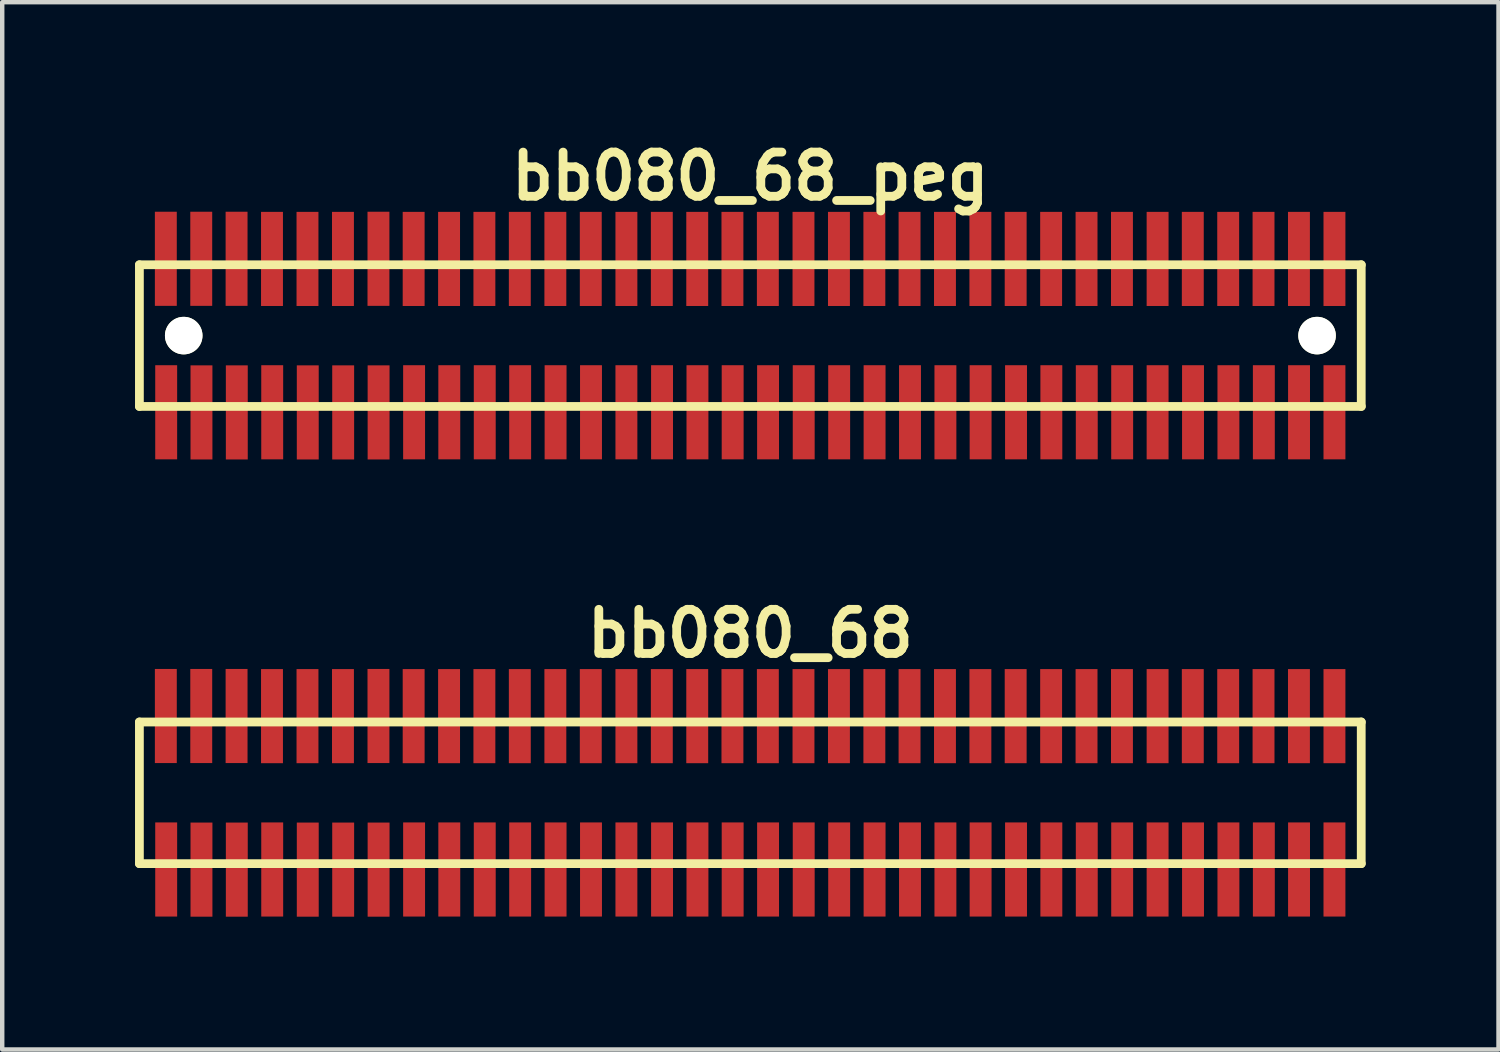
<source format=kicad_pcb>
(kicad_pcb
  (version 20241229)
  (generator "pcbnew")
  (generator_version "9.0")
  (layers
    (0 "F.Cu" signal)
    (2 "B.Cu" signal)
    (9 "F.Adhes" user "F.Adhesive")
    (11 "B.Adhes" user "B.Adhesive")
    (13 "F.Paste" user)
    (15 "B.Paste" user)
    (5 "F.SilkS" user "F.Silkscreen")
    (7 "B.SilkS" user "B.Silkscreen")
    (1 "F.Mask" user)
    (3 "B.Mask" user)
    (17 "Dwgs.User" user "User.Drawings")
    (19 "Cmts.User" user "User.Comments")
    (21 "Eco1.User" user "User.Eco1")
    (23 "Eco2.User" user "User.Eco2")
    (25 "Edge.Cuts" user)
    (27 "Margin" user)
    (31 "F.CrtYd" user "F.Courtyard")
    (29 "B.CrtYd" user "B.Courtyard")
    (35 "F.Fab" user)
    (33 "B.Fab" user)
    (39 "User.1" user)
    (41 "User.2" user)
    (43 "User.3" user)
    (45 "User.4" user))
  (footprint "bb080_68_peg"
    (layer "F.Cu")
    (at 13.899 4.531)
    (property "Reference" "bb080_68_peg" (at 0 -3.599 0) (layer "F.SilkS") (effects (font (size 0.998 0.998) (thickness 0.198))))
    (attr through_hole)
    (fp_line (start -13.8 -1.6) (end -13.8 1.6) (stroke (width 0.198) (type solid)) (layer "F.SilkS"))
    (fp_line (start -13.8 1.6) (end 13.802 1.6) (stroke (width 0.198) (type solid)) (layer "F.SilkS"))
    (fp_line (start 13.8 1.6) (end 13.8 -1.6) (stroke (width 0.198) (type solid)) (layer "F.SilkS"))
    (fp_line (start 13.802 -1.6) (end -13.8 -1.6) (stroke (width 0.198) (type solid)) (layer "F.SilkS"))
    (pad "" np_thru_hole circle (at -12.799 0) (size 0.848 0.848) (drill 0.848) (layers "*.Cu" "*.Mask" "F.SilkS"))
    (pad "" np_thru_hole circle (at 12.802 0) (size 0.848 0.848) (drill 0.848) (layers "*.Cu" "*.Mask" "F.SilkS"))
    (pad "1" smd rect (at -13.195 1.732) (size 0.495 2.126) (layers "F.Cu" "F.Mask" "F.Paste"))
    (pad "2" smd rect (at -13.203 -1.735) (size 0.495 2.126) (layers "F.Cu" "F.Mask" "F.Paste"))
    (pad "3" smd rect (at -12.398 1.735) (size 0.495 2.126) (layers "F.Cu" "F.Mask" "F.Paste"))
    (pad "4" smd rect (at -12.403 -1.735) (size 0.495 2.126) (layers "F.Cu" "F.Mask" "F.Paste"))
    (pad "5" smd rect (at -11.6 1.735) (size 0.495 2.126) (layers "F.Cu" "F.Mask" "F.Paste"))
    (pad "6" smd rect (at -11.605 -1.735) (size 0.495 2.126) (layers "F.Cu" "F.Mask" "F.Paste"))
    (pad "7" smd rect (at -10.8 1.732) (size 0.495 2.126) (layers "F.Cu" "F.Mask" "F.Paste"))
    (pad "8" smd rect (at -10.805 -1.732) (size 0.495 2.126) (layers "F.Cu" "F.Mask" "F.Paste"))
    (pad "9" smd rect (at -9.997 1.735) (size 0.495 2.126) (layers "F.Cu" "F.Mask" "F.Paste"))
    (pad "10" smd rect (at -10.003 -1.732) (size 0.495 2.126) (layers "F.Cu" "F.Mask" "F.Paste"))
    (pad "11" smd rect (at -9.197 1.735) (size 0.495 2.126) (layers "F.Cu" "F.Mask" "F.Paste"))
    (pad "12" smd rect (at -9.202 -1.732) (size 0.495 2.126) (layers "F.Cu" "F.Mask" "F.Paste"))
    (pad "13" smd rect (at -8.397 1.735) (size 0.495 2.126) (layers "F.Cu" "F.Mask" "F.Paste"))
    (pad "14" smd rect (at -8.4 -1.735) (size 0.495 2.126) (layers "F.Cu" "F.Mask" "F.Paste"))
    (pad "15" smd rect (at -7.595 1.732) (size 0.495 2.126) (layers "F.Cu" "F.Mask" "F.Paste"))
    (pad "16" smd rect (at -7.605 -1.732) (size 0.495 2.126) (layers "F.Cu" "F.Mask" "F.Paste"))
    (pad "17" smd rect (at -6.8 1.732) (size 0.495 2.126) (layers "F.Cu" "F.Mask" "F.Paste"))
    (pad "18" smd rect (at -6.805 -1.732) (size 0.495 2.126) (layers "F.Cu" "F.Mask" "F.Paste"))
    (pad "19" smd rect (at -5.999 1.732) (size 0.495 2.126) (layers "F.Cu" "F.Mask" "F.Paste"))
    (pad "20" smd rect (at -6.007 -1.732) (size 0.495 2.126) (layers "F.Cu" "F.Mask" "F.Paste"))
    (pad "21" smd rect (at -5.199 1.732) (size 0.495 2.126) (layers "F.Cu" "F.Mask" "F.Paste"))
    (pad "22" smd rect (at -5.207 -1.732) (size 0.495 2.126) (layers "F.Cu" "F.Mask" "F.Paste"))
    (pad "23" smd rect (at -4.399 1.732) (size 0.495 2.126) (layers "F.Cu" "F.Mask" "F.Paste"))
    (pad "24" smd rect (at -4.404 -1.732) (size 0.495 2.126) (layers "F.Cu" "F.Mask" "F.Paste"))
    (pad "25" smd rect (at -3.599 1.732) (size 0.495 2.126) (layers "F.Cu" "F.Mask" "F.Paste"))
    (pad "26" smd rect (at -3.604 -1.732) (size 0.495 2.126) (layers "F.Cu" "F.Mask" "F.Paste"))
    (pad "27" smd rect (at -2.799 1.732) (size 0.495 2.126) (layers "F.Cu" "F.Mask" "F.Paste"))
    (pad "28" smd rect (at -2.799 -1.732) (size 0.495 2.126) (layers "F.Cu" "F.Mask" "F.Paste"))
    (pad "29" smd rect (at -1.994 1.732) (size 0.495 2.126) (layers "F.Cu" "F.Mask" "F.Paste"))
    (pad "30" smd rect (at -1.999 -1.732) (size 0.495 2.126) (layers "F.Cu" "F.Mask" "F.Paste"))
    (pad "31" smd rect (at -1.194 1.732) (size 0.495 2.126) (layers "F.Cu" "F.Mask" "F.Paste"))
    (pad "32" smd rect (at -1.199 -1.732) (size 0.495 2.126) (layers "F.Cu" "F.Mask" "F.Paste"))
    (pad "33" smd rect (at -0.399 1.732) (size 0.495 2.126) (layers "F.Cu" "F.Mask" "F.Paste"))
    (pad "34" smd rect (at -0.404 -1.732) (size 0.495 2.126) (layers "F.Cu" "F.Mask" "F.Paste"))
    (pad "35" smd rect (at 0.401 1.732) (size 0.495 2.126) (layers "F.Cu" "F.Mask" "F.Paste"))
    (pad "36" smd rect (at 0.396 -1.732) (size 0.495 2.126) (layers "F.Cu" "F.Mask" "F.Paste"))
    (pad "37" smd rect (at 1.206 1.732) (size 0.495 2.126) (layers "F.Cu" "F.Mask" "F.Paste"))
    (pad "38" smd rect (at 1.201 -1.732) (size 0.495 2.126) (layers "F.Cu" "F.Mask" "F.Paste"))
    (pad "39" smd rect (at 2.007 1.732) (size 0.495 2.126) (layers "F.Cu" "F.Mask" "F.Paste"))
    (pad "40" smd rect (at 2.002 -1.732) (size 0.495 2.126) (layers "F.Cu" "F.Mask" "F.Paste"))
    (pad "41" smd rect (at 2.807 1.732) (size 0.495 2.126) (layers "F.Cu" "F.Mask" "F.Paste"))
    (pad "42" smd rect (at 2.802 -1.732) (size 0.495 2.126) (layers "F.Cu" "F.Mask" "F.Paste"))
    (pad "43" smd rect (at 3.607 1.732) (size 0.495 2.126) (layers "F.Cu" "F.Mask" "F.Paste"))
    (pad "44" smd rect (at 3.597 -1.732) (size 0.495 2.126) (layers "F.Cu" "F.Mask" "F.Paste"))
    (pad "45" smd rect (at 4.407 1.732) (size 0.495 2.126) (layers "F.Cu" "F.Mask" "F.Paste"))
    (pad "46" smd rect (at 4.397 -1.732) (size 0.495 2.126) (layers "F.Cu" "F.Mask" "F.Paste"))
    (pad "47" smd rect (at 5.202 1.732) (size 0.495 2.126) (layers "F.Cu" "F.Mask" "F.Paste"))
    (pad "48" smd rect (at 5.197 -1.732) (size 0.495 2.126) (layers "F.Cu" "F.Mask" "F.Paste"))
    (pad "49" smd rect (at 6.002 1.732) (size 0.495 2.126) (layers "F.Cu" "F.Mask" "F.Paste"))
    (pad "50" smd rect (at 5.994 -1.732) (size 0.495 2.126) (layers "F.Cu" "F.Mask" "F.Paste"))
    (pad "51" smd rect (at 6.8 1.732) (size 0.495 2.126) (layers "F.Cu" "F.Mask" "F.Paste"))
    (pad "52" smd rect (at 6.795 -1.732) (size 0.495 2.126) (layers "F.Cu" "F.Mask" "F.Paste"))
    (pad "53" smd rect (at 7.6 1.732) (size 0.495 2.126) (layers "F.Cu" "F.Mask" "F.Paste"))
    (pad "54" smd rect (at 7.595 -1.732) (size 0.495 2.126) (layers "F.Cu" "F.Mask" "F.Paste"))
    (pad "55" smd rect (at 8.4 1.732) (size 0.495 2.126) (layers "F.Cu" "F.Mask" "F.Paste"))
    (pad "56" smd rect (at 8.395 -1.732) (size 0.495 2.126) (layers "F.Cu" "F.Mask" "F.Paste"))
    (pad "57" smd rect (at 9.2 1.732) (size 0.495 2.126) (layers "F.Cu" "F.Mask" "F.Paste"))
    (pad "58" smd rect (at 9.2 -1.732) (size 0.495 2.126) (layers "F.Cu" "F.Mask" "F.Paste"))
    (pad "59" smd rect (at 10 1.732) (size 0.495 2.126) (layers "F.Cu" "F.Mask" "F.Paste"))
    (pad "60" smd rect (at 9.995 -1.732) (size 0.495 2.126) (layers "F.Cu" "F.Mask" "F.Paste"))
    (pad "61" smd rect (at 10.8 1.732) (size 0.495 2.126) (layers "F.Cu" "F.Mask" "F.Paste"))
    (pad "62" smd rect (at 10.795 -1.732) (size 0.495 2.126) (layers "F.Cu" "F.Mask" "F.Paste"))
    (pad "63" smd rect (at 11.6 1.732) (size 0.495 2.126) (layers "F.Cu" "F.Mask" "F.Paste"))
    (pad "64" smd rect (at 11.593 -1.732) (size 0.495 2.126) (layers "F.Cu" "F.Mask" "F.Paste"))
    (pad "65" smd rect (at 12.395 1.732) (size 0.495 2.126) (layers "F.Cu" "F.Mask" "F.Paste"))
    (pad "66" smd rect (at 12.393 -1.732) (size 0.495 2.126) (layers "F.Cu" "F.Mask" "F.Paste"))
    (pad "67" smd rect (at 13.195 1.732) (size 0.495 2.126) (layers "F.Cu" "F.Mask" "F.Paste"))
    (pad "68" smd rect (at 13.195 -1.732) (size 0.495 2.126) (layers "F.Cu" "F.Mask" "F.Paste")))
  (footprint "bb080_68"
    (layer "F.Cu")
    (at 13.899 14.859)
    (property "Reference" "bb080_68" (at 0 -3.599 0) (layer "F.SilkS") (effects (font (size 0.998 0.998) (thickness 0.198))))
    (attr through_hole)
    (fp_line (start -13.8 -1.6) (end -13.8 1.6) (stroke (width 0.198) (type solid)) (layer "F.SilkS"))
    (fp_line (start -13.8 1.6) (end 13.802 1.6) (stroke (width 0.198) (type solid)) (layer "F.SilkS"))
    (fp_line (start 13.8 1.6) (end 13.8 -1.6) (stroke (width 0.198) (type solid)) (layer "F.SilkS"))
    (fp_line (start 13.802 -1.6) (end -13.8 -1.6) (stroke (width 0.198) (type solid)) (layer "F.SilkS"))
    (pad "1" smd rect (at -13.195 1.732) (size 0.495 2.126) (layers "F.Cu" "F.Mask" "F.Paste"))
    (pad "2" smd rect (at -13.203 -1.735) (size 0.495 2.126) (layers "F.Cu" "F.Mask" "F.Paste"))
    (pad "3" smd rect (at -12.398 1.735) (size 0.495 2.126) (layers "F.Cu" "F.Mask" "F.Paste"))
    (pad "4" smd rect (at -12.403 -1.735) (size 0.495 2.126) (layers "F.Cu" "F.Mask" "F.Paste"))
    (pad "5" smd rect (at -11.6 1.735) (size 0.495 2.126) (layers "F.Cu" "F.Mask" "F.Paste"))
    (pad "6" smd rect (at -11.605 -1.735) (size 0.495 2.126) (layers "F.Cu" "F.Mask" "F.Paste"))
    (pad "7" smd rect (at -10.8 1.732) (size 0.495 2.126) (layers "F.Cu" "F.Mask" "F.Paste"))
    (pad "8" smd rect (at -10.805 -1.732) (size 0.495 2.126) (layers "F.Cu" "F.Mask" "F.Paste"))
    (pad "9" smd rect (at -9.997 1.735) (size 0.495 2.126) (layers "F.Cu" "F.Mask" "F.Paste"))
    (pad "10" smd rect (at -10.003 -1.732) (size 0.495 2.126) (layers "F.Cu" "F.Mask" "F.Paste"))
    (pad "11" smd rect (at -9.197 1.735) (size 0.495 2.126) (layers "F.Cu" "F.Mask" "F.Paste"))
    (pad "12" smd rect (at -9.202 -1.732) (size 0.495 2.126) (layers "F.Cu" "F.Mask" "F.Paste"))
    (pad "13" smd rect (at -8.397 1.735) (size 0.495 2.126) (layers "F.Cu" "F.Mask" "F.Paste"))
    (pad "14" smd rect (at -8.4 -1.735) (size 0.495 2.126) (layers "F.Cu" "F.Mask" "F.Paste"))
    (pad "15" smd rect (at -7.595 1.732) (size 0.495 2.126) (layers "F.Cu" "F.Mask" "F.Paste"))
    (pad "16" smd rect (at -7.605 -1.732) (size 0.495 2.126) (layers "F.Cu" "F.Mask" "F.Paste"))
    (pad "17" smd rect (at -6.8 1.732) (size 0.495 2.126) (layers "F.Cu" "F.Mask" "F.Paste"))
    (pad "18" smd rect (at -6.805 -1.732) (size 0.495 2.126) (layers "F.Cu" "F.Mask" "F.Paste"))
    (pad "19" smd rect (at -5.999 1.732) (size 0.495 2.126) (layers "F.Cu" "F.Mask" "F.Paste"))
    (pad "20" smd rect (at -6.007 -1.732) (size 0.495 2.126) (layers "F.Cu" "F.Mask" "F.Paste"))
    (pad "21" smd rect (at -5.199 1.732) (size 0.495 2.126) (layers "F.Cu" "F.Mask" "F.Paste"))
    (pad "22" smd rect (at -5.207 -1.732) (size 0.495 2.126) (layers "F.Cu" "F.Mask" "F.Paste"))
    (pad "23" smd rect (at -4.399 1.732) (size 0.495 2.126) (layers "F.Cu" "F.Mask" "F.Paste"))
    (pad "24" smd rect (at -4.404 -1.732) (size 0.495 2.126) (layers "F.Cu" "F.Mask" "F.Paste"))
    (pad "25" smd rect (at -3.599 1.732) (size 0.495 2.126) (layers "F.Cu" "F.Mask" "F.Paste"))
    (pad "26" smd rect (at -3.604 -1.732) (size 0.495 2.126) (layers "F.Cu" "F.Mask" "F.Paste"))
    (pad "27" smd rect (at -2.799 1.732) (size 0.495 2.126) (layers "F.Cu" "F.Mask" "F.Paste"))
    (pad "28" smd rect (at -2.799 -1.732) (size 0.495 2.126) (layers "F.Cu" "F.Mask" "F.Paste"))
    (pad "29" smd rect (at -1.994 1.732) (size 0.495 2.126) (layers "F.Cu" "F.Mask" "F.Paste"))
    (pad "30" smd rect (at -1.999 -1.732) (size 0.495 2.126) (layers "F.Cu" "F.Mask" "F.Paste"))
    (pad "31" smd rect (at -1.194 1.732) (size 0.495 2.126) (layers "F.Cu" "F.Mask" "F.Paste"))
    (pad "32" smd rect (at -1.199 -1.732) (size 0.495 2.126) (layers "F.Cu" "F.Mask" "F.Paste"))
    (pad "33" smd rect (at -0.399 1.732) (size 0.495 2.126) (layers "F.Cu" "F.Mask" "F.Paste"))
    (pad "34" smd rect (at -0.404 -1.732) (size 0.495 2.126) (layers "F.Cu" "F.Mask" "F.Paste"))
    (pad "35" smd rect (at 0.401 1.732) (size 0.495 2.126) (layers "F.Cu" "F.Mask" "F.Paste"))
    (pad "36" smd rect (at 0.396 -1.732) (size 0.495 2.126) (layers "F.Cu" "F.Mask" "F.Paste"))
    (pad "37" smd rect (at 1.206 1.732) (size 0.495 2.126) (layers "F.Cu" "F.Mask" "F.Paste"))
    (pad "38" smd rect (at 1.201 -1.732) (size 0.495 2.126) (layers "F.Cu" "F.Mask" "F.Paste"))
    (pad "39" smd rect (at 2.007 1.732) (size 0.495 2.126) (layers "F.Cu" "F.Mask" "F.Paste"))
    (pad "40" smd rect (at 2.002 -1.732) (size 0.495 2.126) (layers "F.Cu" "F.Mask" "F.Paste"))
    (pad "41" smd rect (at 2.807 1.732) (size 0.495 2.126) (layers "F.Cu" "F.Mask" "F.Paste"))
    (pad "42" smd rect (at 2.802 -1.732) (size 0.495 2.126) (layers "F.Cu" "F.Mask" "F.Paste"))
    (pad "43" smd rect (at 3.607 1.732) (size 0.495 2.126) (layers "F.Cu" "F.Mask" "F.Paste"))
    (pad "44" smd rect (at 3.597 -1.732) (size 0.495 2.126) (layers "F.Cu" "F.Mask" "F.Paste"))
    (pad "45" smd rect (at 4.407 1.732) (size 0.495 2.126) (layers "F.Cu" "F.Mask" "F.Paste"))
    (pad "46" smd rect (at 4.397 -1.732) (size 0.495 2.126) (layers "F.Cu" "F.Mask" "F.Paste"))
    (pad "47" smd rect (at 5.202 1.732) (size 0.495 2.126) (layers "F.Cu" "F.Mask" "F.Paste"))
    (pad "48" smd rect (at 5.197 -1.732) (size 0.495 2.126) (layers "F.Cu" "F.Mask" "F.Paste"))
    (pad "49" smd rect (at 6.002 1.732) (size 0.495 2.126) (layers "F.Cu" "F.Mask" "F.Paste"))
    (pad "50" smd rect (at 5.994 -1.732) (size 0.495 2.126) (layers "F.Cu" "F.Mask" "F.Paste"))
    (pad "51" smd rect (at 6.8 1.732) (size 0.495 2.126) (layers "F.Cu" "F.Mask" "F.Paste"))
    (pad "52" smd rect (at 6.795 -1.732) (size 0.495 2.126) (layers "F.Cu" "F.Mask" "F.Paste"))
    (pad "53" smd rect (at 7.6 1.732) (size 0.495 2.126) (layers "F.Cu" "F.Mask" "F.Paste"))
    (pad "54" smd rect (at 7.595 -1.732) (size 0.495 2.126) (layers "F.Cu" "F.Mask" "F.Paste"))
    (pad "55" smd rect (at 8.4 1.732) (size 0.495 2.126) (layers "F.Cu" "F.Mask" "F.Paste"))
    (pad "56" smd rect (at 8.395 -1.732) (size 0.495 2.126) (layers "F.Cu" "F.Mask" "F.Paste"))
    (pad "57" smd rect (at 9.2 1.732) (size 0.495 2.126) (layers "F.Cu" "F.Mask" "F.Paste"))
    (pad "58" smd rect (at 9.2 -1.732) (size 0.495 2.126) (layers "F.Cu" "F.Mask" "F.Paste"))
    (pad "59" smd rect (at 10 1.732) (size 0.495 2.126) (layers "F.Cu" "F.Mask" "F.Paste"))
    (pad "60" smd rect (at 9.995 -1.732) (size 0.495 2.126) (layers "F.Cu" "F.Mask" "F.Paste"))
    (pad "61" smd rect (at 10.8 1.732) (size 0.495 2.126) (layers "F.Cu" "F.Mask" "F.Paste"))
    (pad "62" smd rect (at 10.795 -1.732) (size 0.495 2.126) (layers "F.Cu" "F.Mask" "F.Paste"))
    (pad "63" smd rect (at 11.6 1.732) (size 0.495 2.126) (layers "F.Cu" "F.Mask" "F.Paste"))
    (pad "64" smd rect (at 11.593 -1.732) (size 0.495 2.126) (layers "F.Cu" "F.Mask" "F.Paste"))
    (pad "65" smd rect (at 12.395 1.732) (size 0.495 2.126) (layers "F.Cu" "F.Mask" "F.Paste"))
    (pad "66" smd rect (at 12.393 -1.732) (size 0.495 2.126) (layers "F.Cu" "F.Mask" "F.Paste"))
    (pad "67" smd rect (at 13.195 1.732) (size 0.495 2.126) (layers "F.Cu" "F.Mask" "F.Paste"))
    (pad "68" smd rect (at 13.195 -1.732) (size 0.495 2.126) (layers "F.Cu" "F.Mask" "F.Paste")))
  (gr_rect
    (start -3 -3)
    (end 30.8 20.657)
    (stroke (width 0.1) (type default))
    (fill no)
    (layer "Edge.Cuts")))
</source>
